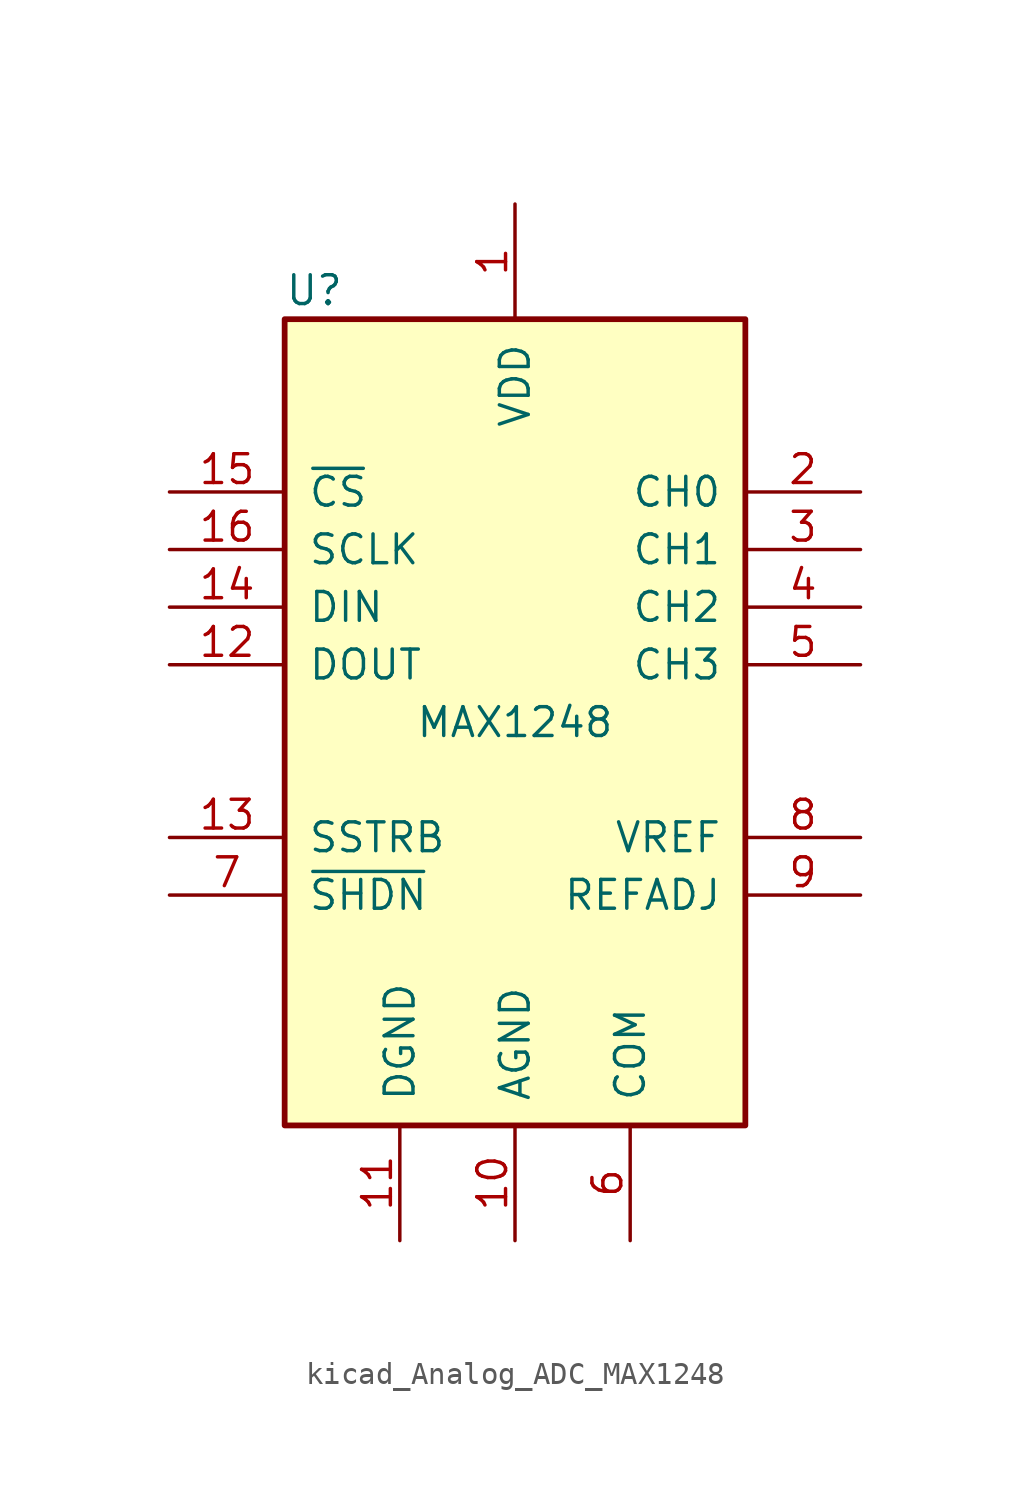
<source format=kicad_sym>
(kicad_symbol_lib
  (version 20220914)
  (generator kicad_symbol_editor)
  (symbol "kicad_Analog_ADC_MAX1248"
    (pin_names
      (offset 1.016))
    (property "Reference" "U"
      (at -10.16 19.05 0)
      (effects (font (size 1.27 1.27)) (justify left)))
    (property "Value" "MAX1248"
      (at 0 0 0)
      (effects (font (size 1.27 1.27))))
    (symbol "kicad_Analog_ADC_MAX1248_0_1"
      (rectangle (start -10.16 17.78) (end 10.16 -17.78) (stroke (width 0.254) (type default)) (fill (type background))))
    (symbol "kicad_Analog_ADC_MAX1248_1_1"
      (pin power_in line (at 0 22.86 270) (length 5.08) (name "VDD" (effects (font (size 1.27 1.27)))) (number "1" (effects (font (size 1.27 1.27)))))
      (pin power_in line (at 0 -22.86 90) (length 5.08) (name "AGND" (effects (font (size 1.27 1.27)))) (number "10" (effects (font (size 1.27 1.27)))))
      (pin power_in line (at -5.08 -22.86 90) (length 5.08) (name "DGND" (effects (font (size 1.27 1.27)))) (number "11" (effects (font (size 1.27 1.27)))))
      (pin output line (at -15.24 2.54 0) (length 5.08) (name "DOUT" (effects (font (size 1.27 1.27)))) (number "12" (effects (font (size 1.27 1.27)))))
      (pin output line (at -15.24 -5.08 0) (length 5.08) (name "SSTRB" (effects (font (size 1.27 1.27)))) (number "13" (effects (font (size 1.27 1.27)))))
      (pin input line (at -15.24 5.08 0) (length 5.08) (name "DIN" (effects (font (size 1.27 1.27)))) (number "14" (effects (font (size 1.27 1.27)))))
      (pin input line (at -15.24 10.16 0) (length 5.08) (name "~{CS}" (effects (font (size 1.27 1.27)))) (number "15" (effects (font (size 1.27 1.27)))))
      (pin input line (at -15.24 7.62 0) (length 5.08) (name "SCLK" (effects (font (size 1.27 1.27)))) (number "16" (effects (font (size 1.27 1.27)))))
      (pin input line (at 15.24 10.16 180) (length 5.08) (name "CH0" (effects (font (size 1.27 1.27)))) (number "2" (effects (font (size 1.27 1.27)))))
      (pin input line (at 15.24 7.62 180) (length 5.08) (name "CH1" (effects (font (size 1.27 1.27)))) (number "3" (effects (font (size 1.27 1.27)))))
      (pin input line (at 15.24 5.08 180) (length 5.08) (name "CH2" (effects (font (size 1.27 1.27)))) (number "4" (effects (font (size 1.27 1.27)))))
      (pin input line (at 15.24 2.54 180) (length 5.08) (name "CH3" (effects (font (size 1.27 1.27)))) (number "5" (effects (font (size 1.27 1.27)))))
      (pin power_in line (at 5.08 -22.86 90) (length 5.08) (name "COM" (effects (font (size 1.27 1.27)))) (number "6" (effects (font (size 1.27 1.27)))))
      (pin tri_state line (at -15.24 -7.62 0) (length 5.08) (name "~{SHDN}" (effects (font (size 1.27 1.27)))) (number "7" (effects (font (size 1.27 1.27)))))
      (pin power_in line (at 15.24 -5.08 180) (length 5.08) (name "VREF" (effects (font (size 1.27 1.27)))) (number "8" (effects (font (size 1.27 1.27)))))
      (pin input line (at 15.24 -7.62 180) (length 5.08) (name "REFADJ" (effects (font (size 1.27 1.27)))) (number "9" (effects (font (size 1.27 1.27))))))))
</source>
